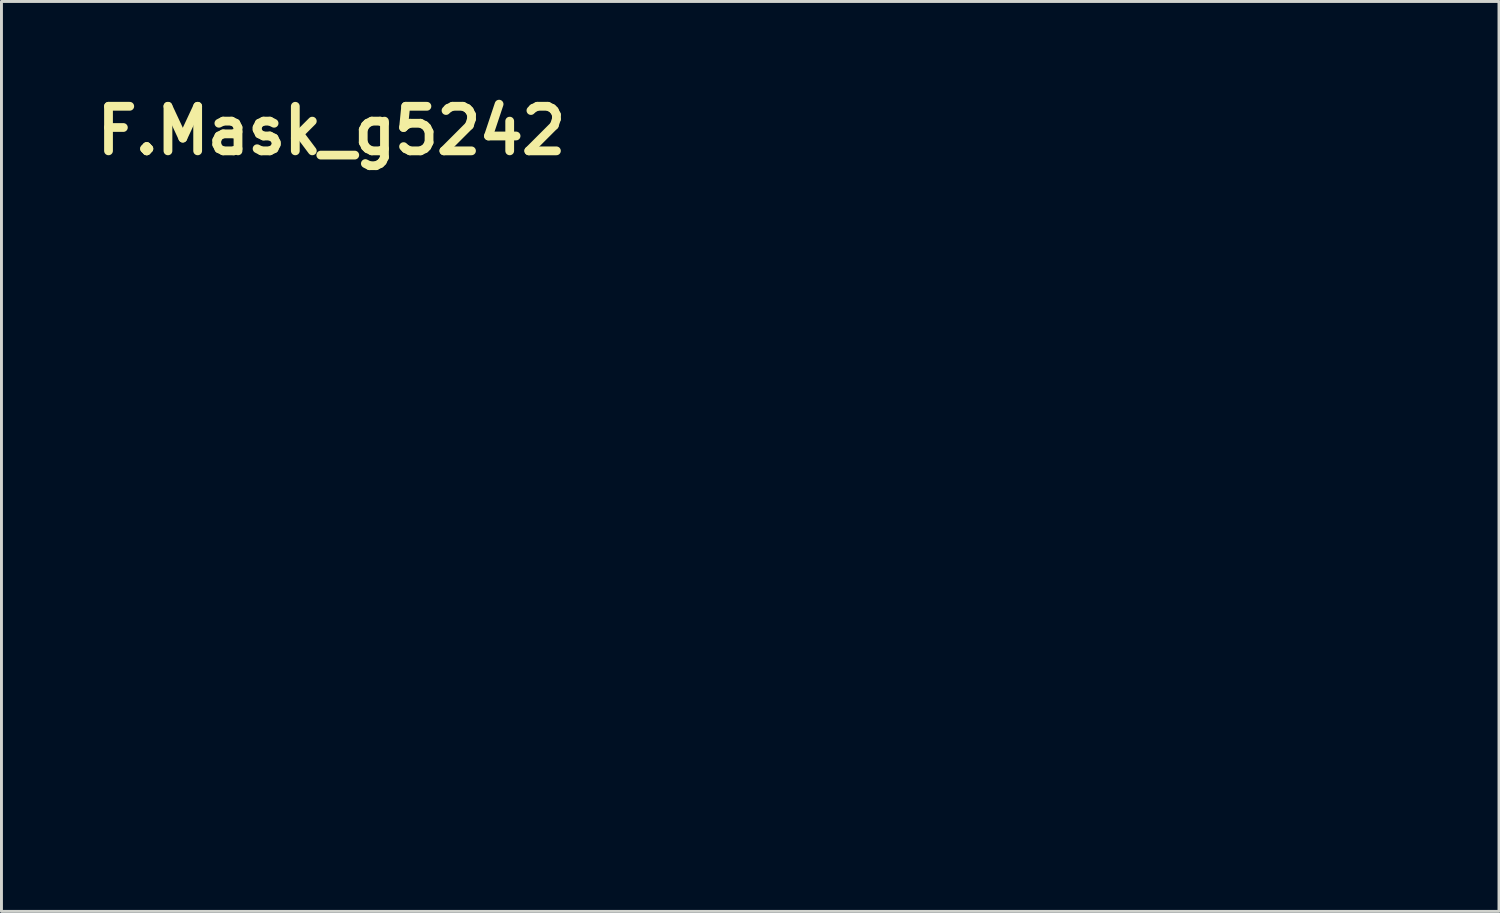
<source format=kicad_pcb>
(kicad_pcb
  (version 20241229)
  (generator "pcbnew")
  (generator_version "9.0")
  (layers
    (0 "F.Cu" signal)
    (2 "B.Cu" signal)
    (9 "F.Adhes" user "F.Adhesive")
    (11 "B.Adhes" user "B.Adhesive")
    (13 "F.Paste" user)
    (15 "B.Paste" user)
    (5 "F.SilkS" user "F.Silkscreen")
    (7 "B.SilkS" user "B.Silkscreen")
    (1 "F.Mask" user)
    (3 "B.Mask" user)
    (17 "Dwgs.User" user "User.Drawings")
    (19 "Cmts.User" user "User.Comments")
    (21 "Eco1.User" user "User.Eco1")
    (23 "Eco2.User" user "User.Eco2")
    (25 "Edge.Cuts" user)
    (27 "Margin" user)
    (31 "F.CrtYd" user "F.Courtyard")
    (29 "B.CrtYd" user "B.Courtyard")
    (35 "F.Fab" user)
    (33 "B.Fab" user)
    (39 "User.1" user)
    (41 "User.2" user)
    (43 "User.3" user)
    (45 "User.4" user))
  (footprint "F.Mask_g5242"
    (layer "F.Cu")
    (at 8.28 1.418)
    (property "Reference" "F.Mask_g5242" (at 0 0 0) (layer "F.SilkS") (effects (font (size 1.524 1.524) (thickness 0.3))))
    (attr through_hole)
    (fp_poly (pts (xy 17.636 18.288) (xy 17.637 18.321) (xy 17.639 18.393) (xy 17.641 18.503) (xy 17.642 18.647) (xy 17.644 18.823) (xy 17.645 19.027) (xy 17.647 19.258) (xy 17.648 19.513) (xy 17.649 19.789) (xy 17.65 20.084) (xy 17.651 20.394) (xy 17.651 20.717) (xy 17.651 21.034) (xy 17.653 23.686) (xy 17.179 23.686) (xy 17.024 23.685) (xy 16.905 23.684) (xy 16.817 23.681) (xy 16.756 23.677) (xy 16.716 23.671) (xy 16.692 23.663) (xy 16.677 23.651) (xy 16.677 23.651) (xy 16.672 23.639) (xy 16.668 23.616) (xy 16.664 23.577) (xy 16.661 23.523) (xy 16.658 23.449) (xy 16.655 23.355) (xy 16.653 23.237) (xy 16.651 23.094) (xy 16.649 22.923) (xy 16.648 22.723) (xy 16.646 22.49) (xy 16.645 22.224) (xy 16.644 21.922) (xy 16.643 21.581) (xy 16.642 21.275) (xy 16.642 20.955) (xy 16.642 20.641) (xy 16.642 20.337) (xy 16.642 20.045) (xy 16.642 19.769) (xy 16.643 19.513) (xy 16.644 19.279) (xy 16.646 19.071) (xy 16.647 18.892) (xy 16.649 18.746) (xy 16.651 18.635) (xy 16.653 18.563) (xy 16.653 18.563) (xy 16.669 18.193) (xy 17.621 18.193) (xy 17.636 18.288)) (stroke (width 0.01) (type solid)) (fill yes) (layer "F.Mask"))
    (fp_poly (pts (xy 30.575 18.172) (xy 30.581 18.587) (xy 30.583 18.732) (xy 30.583 18.84) (xy 30.581 18.918) (xy 30.576 18.97) (xy 30.57 19.003) (xy 30.56 19.023) (xy 30.552 19.03) (xy 30.536 19.037) (xy 30.503 19.043) (xy 30.45 19.048) (xy 30.375 19.053) (xy 30.273 19.057) (xy 30.142 19.061) (xy 29.978 19.064) (xy 29.78 19.068) (xy 29.542 19.071) (xy 29.483 19.072) (xy 29.278 19.074) (xy 29.086 19.077) (xy 28.911 19.081) (xy 28.757 19.084) (xy 28.629 19.087) (xy 28.53 19.09) (xy 28.465 19.093) (xy 28.438 19.096) (xy 28.437 19.096) (xy 28.436 19.118) (xy 28.434 19.18) (xy 28.432 19.279) (xy 28.43 19.411) (xy 28.428 19.576) (xy 28.425 19.768) (xy 28.423 19.987) (xy 28.421 20.229) (xy 28.419 20.491) (xy 28.417 20.771) (xy 28.414 21.066) (xy 28.413 21.373) (xy 28.412 21.396) (xy 28.399 23.686) (xy 27.39 23.686) (xy 27.39 21.743) (xy 27.389 21.451) (xy 27.389 21.163) (xy 27.388 20.885) (xy 27.387 20.619) (xy 27.386 20.37) (xy 27.385 20.141) (xy 27.383 19.936) (xy 27.381 19.759) (xy 27.38 19.613) (xy 27.378 19.502) (xy 27.376 19.436) (xy 27.362 19.071) (xy 26.159 19.071) (xy 25.897 19.071) (xy 25.676 19.071) (xy 25.49 19.07) (xy 25.338 19.068) (xy 25.216 19.067) (xy 25.122 19.064) (xy 25.052 19.061) (xy 25.003 19.057) (xy 24.973 19.052) (xy 24.958 19.047) (xy 24.956 19.042) (xy 24.967 19.015) (xy 24.999 18.96) (xy 25.046 18.882) (xy 25.106 18.789) (xy 25.173 18.685) (xy 25.244 18.578) (xy 25.315 18.474) (xy 25.381 18.379) (xy 25.438 18.298) (xy 25.483 18.239) (xy 25.509 18.209) (xy 25.562 18.161) (xy 30.575 18.172)) (stroke (width 0.01) (type solid)) (fill yes) (layer "F.Mask"))
    (fp_poly (pts (xy 11.795 18.166) (xy 12.166 18.167) (xy 12.498 18.169) (xy 12.791 18.17) (xy 13.05 18.171) (xy 13.276 18.172) (xy 13.472 18.174) (xy 13.64 18.175) (xy 13.783 18.177) (xy 13.903 18.179) (xy 14.002 18.182) (xy 14.083 18.184) (xy 14.149 18.188) (xy 14.201 18.191) (xy 14.242 18.195) (xy 14.276 18.2) (xy 14.303 18.205) (xy 14.326 18.211) (xy 14.33 18.212) (xy 14.588 18.305) (xy 14.821 18.43) (xy 15.026 18.585) (xy 15.201 18.767) (xy 15.345 18.975) (xy 15.456 19.206) (xy 15.531 19.458) (xy 15.559 19.622) (xy 15.57 19.883) (xy 15.541 20.136) (xy 15.474 20.376) (xy 15.371 20.602) (xy 15.233 20.809) (xy 15.062 20.995) (xy 14.861 21.156) (xy 14.63 21.289) (xy 14.602 21.303) (xy 14.467 21.357) (xy 14.329 21.397) (xy 14.178 21.423) (xy 14.005 21.438) (xy 13.804 21.442) (xy 13.639 21.443) (xy 13.514 21.448) (xy 13.427 21.456) (xy 13.375 21.467) (xy 13.356 21.482) (xy 13.356 21.484) (xy 13.372 21.505) (xy 13.417 21.554) (xy 13.493 21.631) (xy 13.598 21.735) (xy 13.731 21.867) (xy 13.893 22.024) (xy 14.082 22.208) (xy 14.299 22.416) (xy 14.542 22.65) (xy 14.711 22.812) (xy 14.896 22.989) (xy 15.052 23.139) (xy 15.182 23.264) (xy 15.289 23.367) (xy 15.373 23.449) (xy 15.439 23.514) (xy 15.487 23.563) (xy 15.521 23.599) (xy 15.542 23.624) (xy 15.553 23.64) (xy 15.556 23.65) (xy 15.554 23.654) (xy 15.528 23.66) (xy 15.466 23.665) (xy 15.377 23.67) (xy 15.266 23.674) (xy 15.14 23.678) (xy 15.007 23.68) (xy 14.874 23.682) (xy 14.747 23.682) (xy 14.633 23.681) (xy 14.54 23.678) (xy 14.491 23.676) (xy 14.281 23.66) (xy 14.131 23.52) (xy 14.083 23.475) (xy 14.009 23.405) (xy 13.912 23.313) (xy 13.794 23.201) (xy 13.658 23.071) (xy 13.506 22.926) (xy 13.342 22.769) (xy 13.167 22.602) (xy 12.985 22.428) (xy 12.798 22.249) (xy 12.609 22.068) (xy 12.42 21.887) (xy 12.235 21.709) (xy 12.054 21.536) (xy 11.882 21.371) (xy 11.722 21.216) (xy 11.574 21.075) (xy 11.443 20.949) (xy 11.331 20.84) (xy 11.24 20.753) (xy 11.173 20.688) (xy 11.133 20.649) (xy 11.124 20.64) (xy 11.04 20.553) (xy 11.611 20.551) (xy 11.759 20.55) (xy 11.941 20.549) (xy 12.149 20.547) (xy 12.375 20.544) (xy 12.61 20.542) (xy 12.847 20.539) (xy 13.078 20.536) (xy 13.155 20.535) (xy 14.129 20.52) (xy 14.232 20.468) (xy 14.388 20.367) (xy 14.51 20.24) (xy 14.585 20.119) (xy 14.619 20.046) (xy 14.639 19.983) (xy 14.649 19.916) (xy 14.651 19.826) (xy 14.652 19.802) (xy 14.649 19.703) (xy 14.641 19.63) (xy 14.623 19.567) (xy 14.596 19.507) (xy 14.52 19.39) (xy 14.414 19.278) (xy 14.29 19.184) (xy 14.207 19.138) (xy 14.086 19.082) (xy 12.273 19.082) (xy 12 19.082) (xy 11.738 19.083) (xy 11.492 19.083) (xy 11.264 19.085) (xy 11.058 19.086) (xy 10.876 19.088) (xy 10.722 19.09) (xy 10.598 19.092) (xy 10.508 19.095) (xy 10.456 19.097) (xy 10.442 19.099) (xy 10.44 19.123) (xy 10.437 19.185) (xy 10.435 19.285) (xy 10.432 19.418) (xy 10.429 19.583) (xy 10.427 19.776) (xy 10.424 19.995) (xy 10.422 20.237) (xy 10.419 20.499) (xy 10.417 20.778) (xy 10.416 21.072) (xy 10.414 21.371) (xy 10.412 21.729) (xy 10.411 22.047) (xy 10.409 22.327) (xy 10.408 22.572) (xy 10.406 22.785) (xy 10.405 22.967) (xy 10.403 23.121) (xy 10.401 23.249) (xy 10.399 23.355) (xy 10.396 23.44) (xy 10.393 23.506) (xy 10.39 23.556) (xy 10.386 23.593) (xy 10.382 23.619) (xy 10.377 23.636) (xy 10.372 23.646) (xy 10.365 23.653) (xy 10.362 23.655) (xy 10.34 23.666) (xy 10.3 23.674) (xy 10.238 23.679) (xy 10.15 23.683) (xy 10.03 23.685) (xy 9.873 23.685) (xy 9.86 23.686) (xy 9.398 23.686) (xy 9.398 18.159) (xy 11.795 18.166)) (stroke (width 0.01) (type solid)) (fill yes) (layer "F.Mask"))
    (fp_poly (pts (xy 33.211 18.179) (xy 33.351 18.234) (xy 33.479 18.33) (xy 33.505 18.356) (xy 33.52 18.375) (xy 33.545 18.408) (xy 33.58 18.459) (xy 33.626 18.526) (xy 33.683 18.612) (xy 33.753 18.717) (xy 33.835 18.843) (xy 33.931 18.991) (xy 34.041 19.161) (xy 34.167 19.355) (xy 34.307 19.574) (xy 34.464 19.818) (xy 34.638 20.089) (xy 34.83 20.388) (xy 35.039 20.716) (xy 35.268 21.075) (xy 35.517 21.464) (xy 35.785 21.885) (xy 36.075 22.339) (xy 36.387 22.828) (xy 36.535 23.061) (xy 36.913 23.654) (xy 36.804 23.67) (xy 36.749 23.675) (xy 36.66 23.678) (xy 36.546 23.681) (xy 36.416 23.682) (xy 36.276 23.681) (xy 36.26 23.681) (xy 35.825 23.675) (xy 35.649 23.41) (xy 35.613 23.355) (xy 35.556 23.267) (xy 35.479 23.148) (xy 35.386 23.003) (xy 35.277 22.833) (xy 35.155 22.642) (xy 35.021 22.433) (xy 34.877 22.208) (xy 34.725 21.97) (xy 34.567 21.722) (xy 34.405 21.468) (xy 34.328 21.347) (xy 34.168 21.095) (xy 34.014 20.853) (xy 33.867 20.622) (xy 33.729 20.406) (xy 33.601 20.206) (xy 33.486 20.026) (xy 33.385 19.867) (xy 33.299 19.733) (xy 33.23 19.625) (xy 33.18 19.547) (xy 33.15 19.5) (xy 33.142 19.488) (xy 33.11 19.45) (xy 33.086 19.444) (xy 33.067 19.457) (xy 33.048 19.48) (xy 33.009 19.534) (xy 32.954 19.615) (xy 32.884 19.719) (xy 32.803 19.84) (xy 32.714 19.975) (xy 32.619 20.12) (xy 32.521 20.27) (xy 32.423 20.421) (xy 32.327 20.569) (xy 32.237 20.709) (xy 32.155 20.837) (xy 32.084 20.949) (xy 32.026 21.04) (xy 31.986 21.107) (xy 31.964 21.145) (xy 31.962 21.152) (xy 31.982 21.154) (xy 32.041 21.156) (xy 32.134 21.159) (xy 32.257 21.163) (xy 32.406 21.166) (xy 32.578 21.169) (xy 32.767 21.173) (xy 32.97 21.176) (xy 32.994 21.176) (xy 33.198 21.179) (xy 33.39 21.183) (xy 33.564 21.186) (xy 33.717 21.189) (xy 33.845 21.192) (xy 33.942 21.195) (xy 34.006 21.197) (xy 34.033 21.199) (xy 34.033 21.199) (xy 34.028 21.222) (xy 34.004 21.273) (xy 33.963 21.348) (xy 33.911 21.441) (xy 33.851 21.544) (xy 33.786 21.652) (xy 33.72 21.759) (xy 33.657 21.858) (xy 33.6 21.944) (xy 33.554 22.011) (xy 33.521 22.051) (xy 33.514 22.058) (xy 33.499 22.065) (xy 33.469 22.071) (xy 33.42 22.076) (xy 33.35 22.081) (xy 33.255 22.085) (xy 33.132 22.088) (xy 32.978 22.092) (xy 32.79 22.095) (xy 32.565 22.098) (xy 32.44 22.099) (xy 32.233 22.102) (xy 32.039 22.105) (xy 31.861 22.108) (xy 31.703 22.112) (xy 31.571 22.116) (xy 31.467 22.12) (xy 31.397 22.124) (xy 31.365 22.127) (xy 31.364 22.128) (xy 31.345 22.149) (xy 31.306 22.202) (xy 31.249 22.283) (xy 31.179 22.388) (xy 31.096 22.513) (xy 31.004 22.654) (xy 30.905 22.808) (xy 30.877 22.853) (xy 30.776 23.011) (xy 30.681 23.159) (xy 30.594 23.294) (xy 30.519 23.411) (xy 30.457 23.506) (xy 30.411 23.575) (xy 30.385 23.613) (xy 30.381 23.618) (xy 30.336 23.675) (xy 29.794 23.682) (xy 29.609 23.684) (xy 29.464 23.684) (xy 29.358 23.682) (xy 29.289 23.677) (xy 29.256 23.671) (xy 29.252 23.667) (xy 29.263 23.646) (xy 29.296 23.593) (xy 29.348 23.508) (xy 29.419 23.394) (xy 29.507 23.253) (xy 29.61 23.089) (xy 29.728 22.902) (xy 29.858 22.696) (xy 30 22.472) (xy 30.151 22.233) (xy 30.311 21.982) (xy 30.477 21.72) (xy 30.529 21.638) (xy 30.707 21.36) (xy 30.883 21.082) (xy 31.058 20.807) (xy 31.228 20.54) (xy 31.391 20.284) (xy 31.546 20.04) (xy 31.69 19.814) (xy 31.821 19.607) (xy 31.938 19.424) (xy 32.038 19.267) (xy 32.119 19.139) (xy 32.175 19.051) (xy 32.3 18.855) (xy 32.407 18.692) (xy 32.498 18.559) (xy 32.577 18.453) (xy 32.645 18.37) (xy 32.705 18.306) (xy 32.762 18.259) (xy 32.816 18.225) (xy 32.872 18.202) (xy 32.902 18.192) (xy 33.062 18.165) (xy 33.211 18.179)) (stroke (width 0.01) (type solid)) (fill yes) (layer "F.Mask"))
    (fp_poly (pts (xy 23.031 18.162) (xy 23.27 18.162) (xy 23.495 18.163) (xy 23.703 18.163) (xy 23.889 18.165) (xy 24.051 18.166) (xy 24.184 18.168) (xy 24.286 18.17) (xy 24.352 18.172) (xy 24.378 18.174) (xy 24.425 18.187) (xy 24.383 18.268) (xy 24.357 18.315) (xy 24.313 18.389) (xy 24.255 18.483) (xy 24.19 18.589) (xy 24.122 18.697) (xy 24.055 18.802) (xy 23.996 18.893) (xy 23.949 18.964) (xy 23.925 18.998) (xy 23.879 19.061) (xy 20.139 19.082) (xy 19.999 19.151) (xy 19.846 19.249) (xy 19.721 19.376) (xy 19.628 19.529) (xy 19.628 19.53) (xy 19.599 19.599) (xy 19.584 19.659) (xy 19.58 19.729) (xy 19.584 19.809) (xy 19.614 19.98) (xy 19.681 20.134) (xy 19.781 20.266) (xy 19.911 20.372) (xy 19.977 20.408) (xy 20.077 20.457) (xy 21.749 20.471) (xy 22.061 20.474) (xy 22.333 20.476) (xy 22.57 20.479) (xy 22.773 20.482) (xy 22.947 20.485) (xy 23.093 20.488) (xy 23.216 20.492) (xy 23.319 20.497) (xy 23.404 20.503) (xy 23.474 20.51) (xy 23.534 20.518) (xy 23.585 20.528) (xy 23.631 20.539) (xy 23.675 20.552) (xy 23.72 20.567) (xy 23.737 20.573) (xy 23.96 20.672) (xy 24.165 20.806) (xy 24.349 20.97) (xy 24.506 21.159) (xy 24.632 21.369) (xy 24.724 21.594) (xy 24.758 21.724) (xy 24.776 21.85) (xy 24.784 21.998) (xy 24.781 22.157) (xy 24.77 22.314) (xy 24.75 22.454) (xy 24.723 22.564) (xy 24.618 22.811) (xy 24.481 23.031) (xy 24.313 23.223) (xy 24.115 23.385) (xy 23.888 23.517) (xy 23.704 23.594) (xy 23.643 23.614) (xy 23.585 23.629) (xy 23.522 23.641) (xy 23.444 23.65) (xy 23.343 23.657) (xy 23.213 23.663) (xy 23.146 23.666) (xy 23.067 23.668) (xy 22.951 23.67) (xy 22.8 23.672) (xy 22.62 23.674) (xy 22.414 23.675) (xy 22.186 23.676) (xy 21.941 23.677) (xy 21.683 23.678) (xy 21.415 23.679) (xy 21.143 23.679) (xy 20.871 23.679) (xy 20.601 23.679) (xy 20.339 23.679) (xy 20.089 23.678) (xy 19.855 23.677) (xy 19.641 23.676) (xy 19.452 23.674) (xy 19.291 23.673) (xy 19.162 23.671) (xy 19.108 23.67) (xy 18.981 23.665) (xy 18.894 23.658) (xy 18.848 23.648) (xy 18.838 23.639) (xy 18.849 23.614) (xy 18.879 23.559) (xy 18.923 23.482) (xy 18.979 23.388) (xy 19.042 23.284) (xy 19.108 23.176) (xy 19.174 23.071) (xy 19.235 22.975) (xy 19.287 22.895) (xy 19.327 22.836) (xy 19.35 22.805) (xy 19.353 22.802) (xy 19.377 22.8) (xy 19.441 22.797) (xy 19.541 22.795) (xy 19.675 22.792) (xy 19.839 22.789) (xy 20.03 22.787) (xy 20.246 22.784) (xy 20.483 22.782) (xy 20.739 22.779) (xy 21.01 22.777) (xy 21.294 22.776) (xy 21.357 22.775) (xy 23.336 22.765) (xy 23.454 22.71) (xy 23.59 22.631) (xy 23.695 22.535) (xy 23.78 22.411) (xy 23.791 22.392) (xy 23.849 22.241) (xy 23.87 22.085) (xy 23.855 21.932) (xy 23.808 21.787) (xy 23.73 21.656) (xy 23.624 21.545) (xy 23.493 21.46) (xy 23.379 21.418) (xy 23.339 21.413) (xy 23.257 21.408) (xy 23.135 21.403) (xy 22.972 21.398) (xy 22.769 21.394) (xy 22.528 21.389) (xy 22.248 21.385) (xy 21.931 21.382) (xy 21.654 21.379) (xy 21.351 21.376) (xy 21.087 21.373) (xy 20.859 21.37) (xy 20.665 21.368) (xy 20.501 21.365) (xy 20.363 21.363) (xy 20.25 21.36) (xy 20.157 21.356) (xy 20.082 21.353) (xy 20.022 21.348) (xy 19.974 21.343) (xy 19.934 21.338) (xy 19.899 21.331) (xy 19.867 21.323) (xy 19.845 21.317) (xy 19.597 21.23) (xy 19.374 21.11) (xy 19.176 20.959) (xy 19.008 20.781) (xy 18.87 20.579) (xy 18.765 20.355) (xy 18.696 20.114) (xy 18.665 19.857) (xy 18.663 19.78) (xy 18.683 19.518) (xy 18.741 19.273) (xy 18.839 19.042) (xy 18.977 18.828) (xy 19.135 18.647) (xy 19.304 18.497) (xy 19.485 18.379) (xy 19.683 18.29) (xy 19.904 18.228) (xy 20.154 18.189) (xy 20.235 18.182) (xy 20.292 18.179) (xy 20.385 18.177) (xy 20.511 18.174) (xy 20.666 18.172) (xy 20.847 18.17) (xy 21.049 18.168) (xy 21.271 18.167) (xy 21.506 18.165) (xy 21.753 18.164) (xy 22.008 18.163) (xy 22.267 18.163) (xy 22.526 18.162) (xy 22.782 18.162) (xy 23.031 18.162)) (stroke (width 0.01) (type solid)) (fill yes) (layer "F.Mask"))
    (fp_poly (pts (xy 5.326 18.192) (xy 5.349 18.198) (xy 5.371 18.203) (xy 5.39 18.208) (xy 5.409 18.214) (xy 5.429 18.223) (xy 5.45 18.236) (xy 5.474 18.255) (xy 5.5 18.281) (xy 5.532 18.316) (xy 5.568 18.36) (xy 5.611 18.416) (xy 5.661 18.485) (xy 5.719 18.568) (xy 5.786 18.666) (xy 5.864 18.782) (xy 5.953 18.916) (xy 6.053 19.07) (xy 6.167 19.245) (xy 6.295 19.443) (xy 6.438 19.665) (xy 6.596 19.913) (xy 6.772 20.188) (xy 6.965 20.491) (xy 7.178 20.823) (xy 7.41 21.187) (xy 7.663 21.584) (xy 7.938 22.015) (xy 7.973 22.07) (xy 8.122 22.304) (xy 8.264 22.528) (xy 8.398 22.739) (xy 8.522 22.935) (xy 8.635 23.113) (xy 8.734 23.271) (xy 8.818 23.406) (xy 8.886 23.515) (xy 8.936 23.596) (xy 8.966 23.646) (xy 8.975 23.663) (xy 8.956 23.671) (xy 8.898 23.678) (xy 8.8 23.682) (xy 8.662 23.685) (xy 8.504 23.685) (xy 8.033 23.685) (xy 7.924 23.622) (xy 7.89 23.603) (xy 7.861 23.584) (xy 7.833 23.562) (xy 7.805 23.534) (xy 7.772 23.494) (xy 7.733 23.441) (xy 7.684 23.368) (xy 7.623 23.274) (xy 7.546 23.154) (xy 7.451 23.004) (xy 7.387 22.902) (xy 7.288 22.745) (xy 7.176 22.569) (xy 7.054 22.377) (xy 6.924 22.172) (xy 6.787 21.957) (xy 6.645 21.735) (xy 6.5 21.508) (xy 6.354 21.279) (xy 6.209 21.052) (xy 6.066 20.829) (xy 5.928 20.614) (xy 5.796 20.408) (xy 5.672 20.216) (xy 5.558 20.04) (xy 5.457 19.882) (xy 5.369 19.746) (xy 5.296 19.634) (xy 5.242 19.55) (xy 5.206 19.497) (xy 5.193 19.478) (xy 5.161 19.441) (xy 5.141 19.434) (xy 5.119 19.456) (xy 5.113 19.463) (xy 5.087 19.5) (xy 5.042 19.567) (xy 4.981 19.659) (xy 4.908 19.772) (xy 4.824 19.902) (xy 4.733 20.044) (xy 4.637 20.193) (xy 4.54 20.345) (xy 4.445 20.496) (xy 4.353 20.641) (xy 4.269 20.775) (xy 4.194 20.895) (xy 4.132 20.995) (xy 4.086 21.071) (xy 4.058 21.118) (xy 4.052 21.131) (xy 4.055 21.138) (xy 4.074 21.144) (xy 4.11 21.149) (xy 4.168 21.153) (xy 4.249 21.157) (xy 4.358 21.161) (xy 4.498 21.164) (xy 4.671 21.168) (xy 4.881 21.171) (xy 5.072 21.173) (xy 5.276 21.176) (xy 5.468 21.179) (xy 5.642 21.183) (xy 5.795 21.186) (xy 5.923 21.189) (xy 6.02 21.191) (xy 6.085 21.194) (xy 6.111 21.196) (xy 6.111 21.196) (xy 6.107 21.22) (xy 6.083 21.272) (xy 6.042 21.347) (xy 5.989 21.439) (xy 5.927 21.541) (xy 5.86 21.648) (xy 5.792 21.754) (xy 5.727 21.851) (xy 5.669 21.935) (xy 5.62 22) (xy 5.586 22.038) (xy 5.581 22.043) (xy 5.566 22.053) (xy 5.549 22.062) (xy 5.526 22.069) (xy 5.493 22.075) (xy 5.446 22.079) (xy 5.382 22.083) (xy 5.297 22.087) (xy 5.188 22.089) (xy 5.05 22.092) (xy 4.879 22.094) (xy 4.673 22.096) (xy 4.501 22.098) (xy 4.263 22.101) (xy 4.064 22.103) (xy 3.9 22.106) (xy 3.768 22.109) (xy 3.663 22.112) (xy 3.583 22.116) (xy 3.524 22.12) (xy 3.481 22.126) (xy 3.452 22.132) (xy 3.433 22.14) (xy 3.428 22.143) (xy 3.405 22.168) (xy 3.362 22.225) (xy 3.303 22.31) (xy 3.23 22.417) (xy 3.146 22.543) (xy 3.055 22.684) (xy 2.963 22.827) (xy 2.865 22.98) (xy 2.771 23.127) (xy 2.685 23.261) (xy 2.609 23.378) (xy 2.546 23.473) (xy 2.5 23.541) (xy 2.476 23.575) (xy 2.401 23.675) (xy 1.867 23.681) (xy 1.722 23.681) (xy 1.592 23.681) (xy 1.482 23.679) (xy 1.399 23.676) (xy 1.348 23.672) (xy 1.333 23.668) (xy 1.337 23.655) (xy 1.349 23.63) (xy 1.371 23.591) (xy 1.403 23.536) (xy 1.447 23.463) (xy 1.504 23.37) (xy 1.575 23.256) (xy 1.661 23.118) (xy 1.764 22.955) (xy 1.884 22.766) (xy 2.023 22.547) (xy 2.182 22.297) (xy 2.361 22.015) (xy 2.483 21.823) (xy 2.642 21.574) (xy 2.806 21.316) (xy 2.973 21.054) (xy 3.139 20.793) (xy 3.301 20.539) (xy 3.456 20.296) (xy 3.6 20.069) (xy 3.73 19.865) (xy 3.843 19.687) (xy 3.912 19.579) (xy 4.061 19.344) (xy 4.19 19.143) (xy 4.3 18.971) (xy 4.393 18.827) (xy 4.471 18.707) (xy 4.537 18.61) (xy 4.591 18.531) (xy 4.635 18.468) (xy 4.673 18.418) (xy 4.705 18.379) (xy 4.733 18.348) (xy 4.755 18.326) (xy 4.879 18.235) (xy 5.019 18.182) (xy 5.17 18.167) (xy 5.326 18.192)) (stroke (width 0.01) (type solid)) (fill yes) (layer "F.Mask")))
  (gr_rect
    (start -3 -3)
    (end 48.198 28.109)
    (stroke (width 0.1) (type default))
    (fill no)
    (layer "Edge.Cuts")))
</source>
